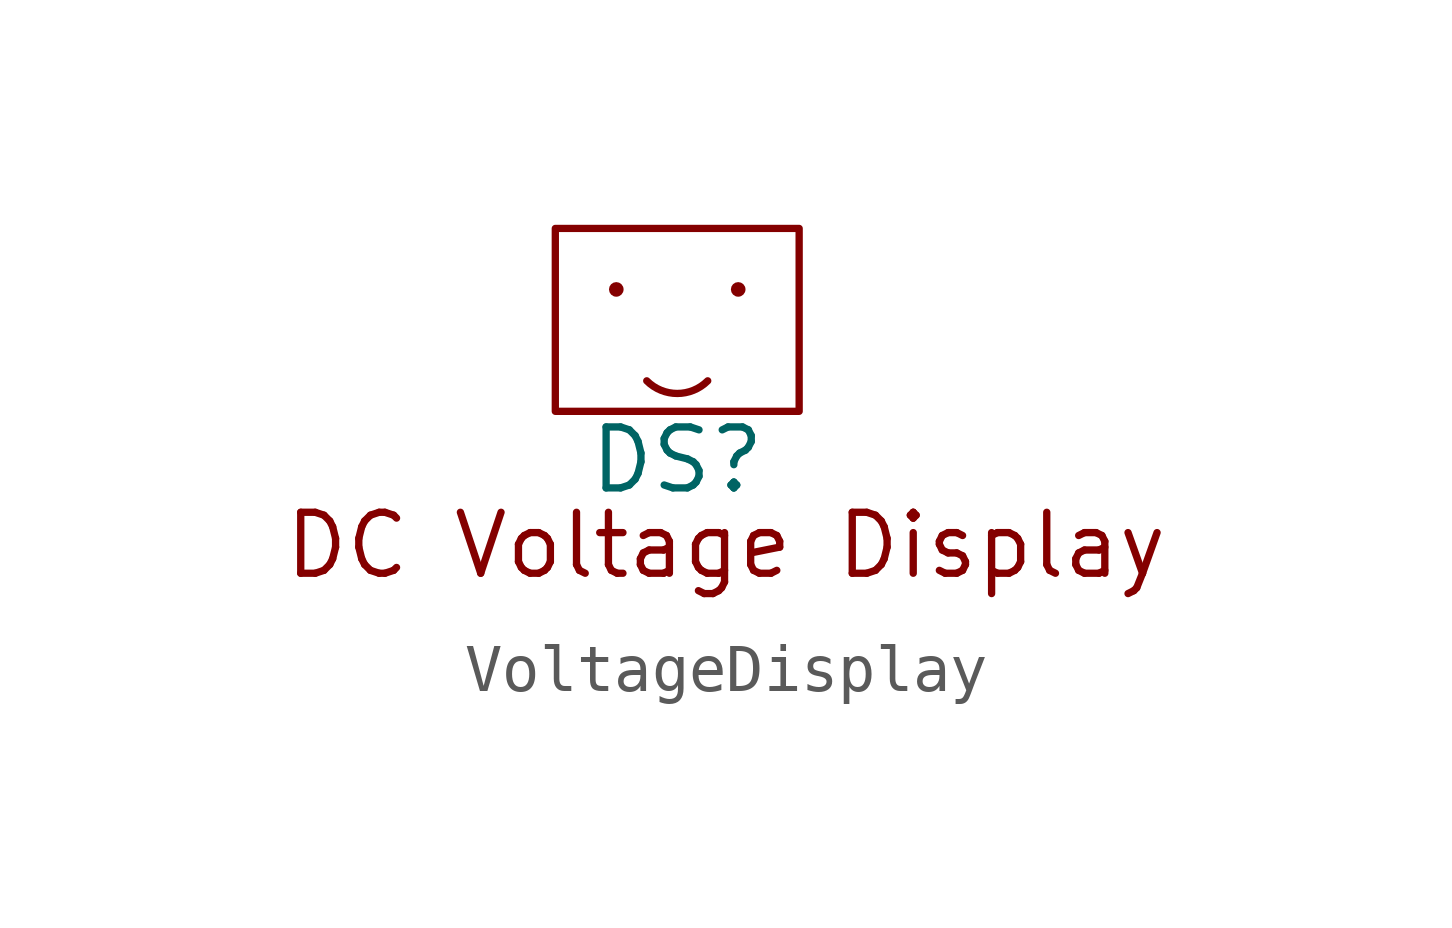
<source format=kicad_sym>
(kicad_symbol_lib
  (version 20231120)
  (generator "kicad_symbol_editor")
  (generator_version "8.0")
  (symbol "VoltageDisplay"
    (property "Reference" "DS"
      (at 0 -1.016 0)
      (effects (font (size 1.27 1.27))))
    (property "Value" ""
      (at 0 0 0)
      (effects (font (size 1.27 1.27))))
    (symbol "VoltageDisplay_0_1"
      (circle (center -1.27 2.54) (radius 0.0001) (stroke (width 0) (type default)) (fill (type none)))
      (arc (start -0.635 0.635) (mid 0 0.372) (end 0.635 0.635) (stroke (width 0) (type default)) (fill (type none)))
      (circle (center 1.27 2.54) (radius 0.0001) (stroke (width 0) (type default)) (fill (type none)))
      (rectangle (start 2.54 0) (end -2.54 3.81) (stroke (width 0) (type default)) (fill (type none))))
    (symbol "VoltageDisplay_1_1"
      (text "DC Voltage Display\n" (at 1.016 -2.794 0) (effects (font (size 1.27 1.27)))))))
</source>
